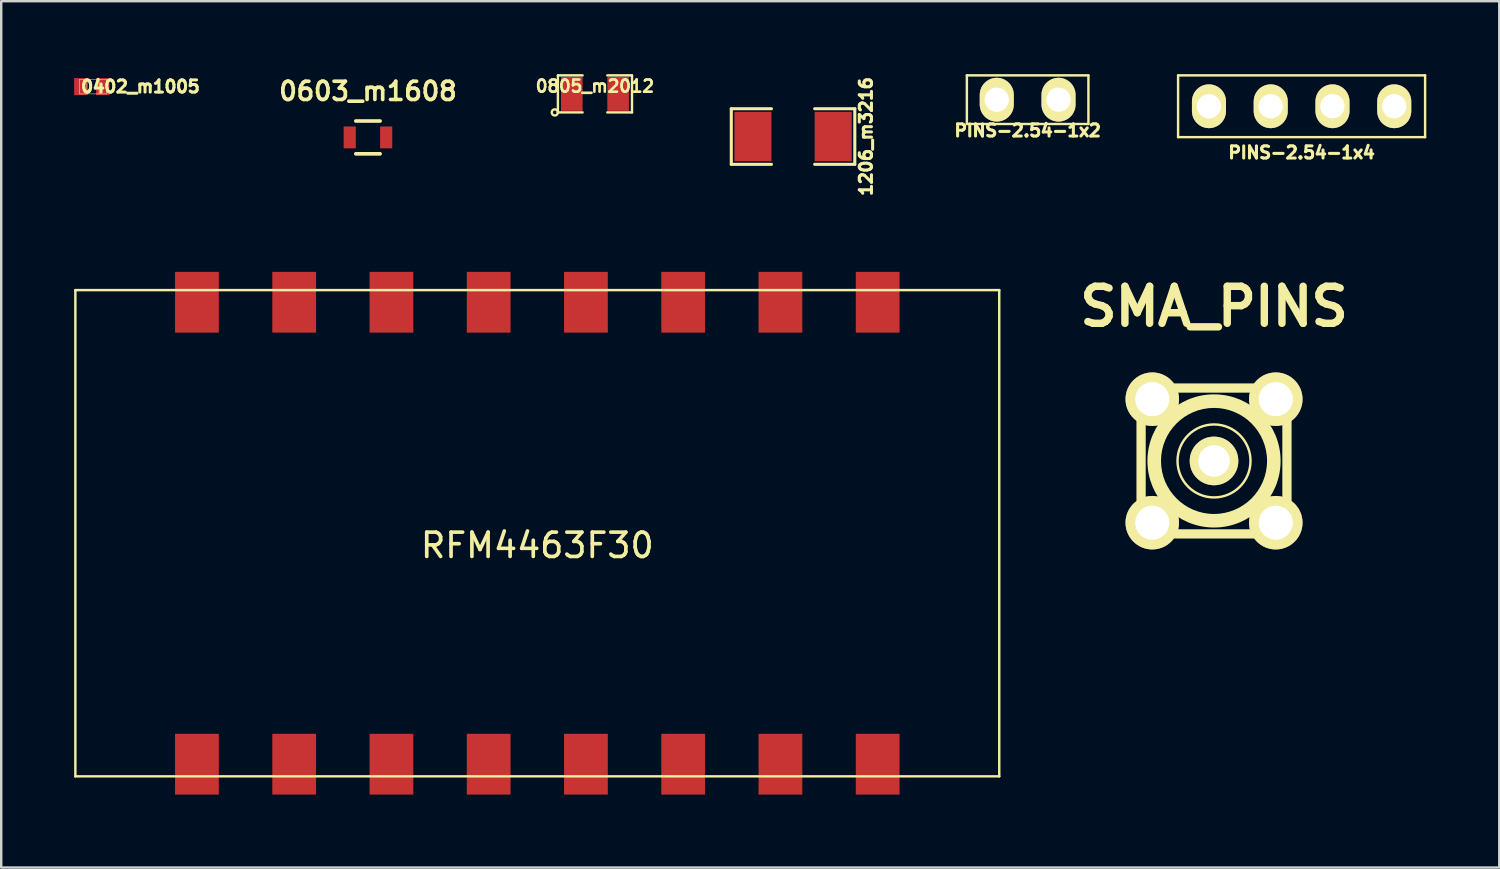
<source format=kicad_pcb>
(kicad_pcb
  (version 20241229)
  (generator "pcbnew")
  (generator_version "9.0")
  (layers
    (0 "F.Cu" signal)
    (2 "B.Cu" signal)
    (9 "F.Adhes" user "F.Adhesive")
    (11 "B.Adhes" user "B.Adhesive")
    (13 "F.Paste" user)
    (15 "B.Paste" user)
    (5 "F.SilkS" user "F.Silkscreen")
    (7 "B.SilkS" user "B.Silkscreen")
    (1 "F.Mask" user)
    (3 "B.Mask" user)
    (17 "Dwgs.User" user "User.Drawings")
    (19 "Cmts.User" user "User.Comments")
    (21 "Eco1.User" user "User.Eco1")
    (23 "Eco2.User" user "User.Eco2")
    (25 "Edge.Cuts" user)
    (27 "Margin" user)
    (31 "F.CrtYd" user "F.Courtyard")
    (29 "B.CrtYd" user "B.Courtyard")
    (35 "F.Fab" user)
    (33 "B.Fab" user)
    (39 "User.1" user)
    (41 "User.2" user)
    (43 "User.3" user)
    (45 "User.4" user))
  (footprint "SMA_PINS"
    (layer "F.Cu")
    (at 46.884 15.909)
    (property "Reference" "SMA_PINS" (at 0 -6.35 0) (layer "F.SilkS") (effects (font (size 1.524 1.524) (thickness 0.305))))
    (attr through_hole)
    (fp_line (start -3 -3) (end 3 -3) (stroke (width 0.381) (type solid)) (layer "F.SilkS"))
    (fp_line (start -3 3) (end -3 -3) (stroke (width 0.381) (type solid)) (layer "F.SilkS"))
    (fp_line (start 3 -3) (end 3 3) (stroke (width 0.381) (type solid)) (layer "F.SilkS"))
    (fp_line (start 3 3) (end -3 3) (stroke (width 0.381) (type solid)) (layer "F.SilkS"))
    (fp_circle (center 0 0) (end 0 -0.5) (stroke (width 0.099) (type solid)) (fill no) (layer "F.SilkS"))
    (fp_circle (center 0 0) (end 1.501 0) (stroke (width 0.099) (type solid)) (fill no) (layer "F.SilkS"))
    (fp_circle (center 0 0) (end 2.25 0.749) (stroke (width 0.381) (type solid)) (fill no) (layer "F.SilkS"))
    (fp_circle (center 0 0) (end 2.499 -0.5) (stroke (width 0.381) (type solid)) (fill no) (layer "F.SilkS"))
    (pad "1" thru_hole circle (at 0 0) (size 1.999 1.999) (drill 1.3) (layers "*.Cu" "*.Mask" "F.SilkS"))
    (pad "2" thru_hole circle (at -2.54 -2.54) (size 2.2 2.2) (drill 1.4) (layers "*.Cu" "*.Mask" "F.SilkS"))
    (pad "2" thru_hole circle (at -2.54 2.54) (size 2.2 2.2) (drill 1.4) (layers "*.Cu" "*.Mask" "F.SilkS"))
    (pad "2" thru_hole circle (at 2.54 -2.54) (size 2.2 2.2) (drill 1.4) (layers "*.Cu" "*.Mask" "F.SilkS"))
    (pad "2" thru_hole circle (at 2.54 2.54) (size 2.2 2.2) (drill 1.4) (layers "*.Cu" "*.Mask" "F.SilkS")))
  (footprint "RFM4463F30"
    (layer "F.Cu")
    (at 19.05 18.882)
    (property "Reference" "RFM4463F30" (at 0 0.5 0) (layer "F.SilkS") (effects (font (size 1 1) (thickness 0.15))))
    (attr through_hole)
    (fp_line (start -19 -10) (end -19 10) (stroke (width 0.1) (type solid)) (layer "F.SilkS"))
    (fp_line (start -19 10) (end 19 10) (stroke (width 0.1) (type solid)) (layer "F.SilkS"))
    (fp_line (start 19 -10) (end -19 -10) (stroke (width 0.1) (type solid)) (layer "F.SilkS"))
    (fp_line (start 19 10) (end 19 -10) (stroke (width 0.1) (type solid)) (layer "F.SilkS"))
    (pad "1" smd rect (at -14 -9.5) (size 1.8 2.5) (layers "F.Cu" "F.Mask" "F.Paste"))
    (pad "2" smd rect (at -10 -9.5) (size 1.8 2.5) (layers "F.Cu" "F.Mask" "F.Paste"))
    (pad "3" smd rect (at -6 -9.5) (size 1.8 2.5) (layers "F.Cu" "F.Mask" "F.Paste"))
    (pad "4" smd rect (at -2 -9.5) (size 1.8 2.5) (layers "F.Cu" "F.Mask" "F.Paste"))
    (pad "5" smd rect (at 2 -9.5) (size 1.8 2.5) (layers "F.Cu" "F.Mask" "F.Paste"))
    (pad "6" smd rect (at 6 -9.5) (size 1.8 2.5) (layers "F.Cu" "F.Mask" "F.Paste"))
    (pad "7" smd rect (at 10 -9.5) (size 1.8 2.5) (layers "F.Cu" "F.Mask" "F.Paste"))
    (pad "8" smd rect (at 14 -9.5) (size 1.8 2.5) (layers "F.Cu" "F.Mask" "F.Paste"))
    (pad "9" smd rect (at 14 9.5) (size 1.8 2.5) (layers "F.Cu" "F.Mask" "F.Paste"))
    (pad "10" smd rect (at 10 9.5) (size 1.8 2.5) (layers "F.Cu" "F.Mask" "F.Paste"))
    (pad "11" smd rect (at 6 9.5) (size 1.8 2.5) (layers "F.Cu" "F.Mask" "F.Paste"))
    (pad "12" smd rect (at 2 9.5) (size 1.8 2.5) (layers "F.Cu" "F.Mask" "F.Paste"))
    (pad "13" smd rect (at -2 9.5) (size 1.8 2.5) (layers "F.Cu" "F.Mask" "F.Paste"))
    (pad "14" smd rect (at -6 9.5) (size 1.8 2.5) (layers "F.Cu" "F.Mask" "F.Paste"))
    (pad "15" smd rect (at -10 9.5) (size 1.8 2.5) (layers "F.Cu" "F.Mask" "F.Paste"))
    (pad "16" smd rect (at -14 9.5) (size 1.8 2.5) (layers "F.Cu" "F.Mask" "F.Paste")))
  (footprint "PINS-2.54-1x2"
    (layer "F.Cu")
    (at 39.218 1.05)
    (property "Reference" "PINS-2.54-1x2" (at 0 1.27 0) (layer "F.SilkS") (effects (font (size 0.5 0.5) (thickness 0.125))))
    (attr through_hole)
    (fp_line (start -2.5 -1) (end 2.5 -1) (stroke (width 0.1) (type solid)) (layer "F.SilkS"))
    (fp_line (start -2.5 1) (end -2.5 -1) (stroke (width 0.1) (type solid)) (layer "F.SilkS"))
    (fp_line (start 2.5 1) (end -2.5 1) (stroke (width 0.1) (type solid)) (layer "F.SilkS"))
    (fp_line (start 2.5 1) (end 2.5 -1) (stroke (width 0.1) (type solid)) (layer "F.SilkS"))
    (pad "1" thru_hole oval (at -1.27 0) (size 1.4 1.8) (drill 1) (layers "*.Cu" "*.Mask" "F.SilkS"))
    (pad "2" thru_hole oval (at 1.27 0) (size 1.4 1.8) (drill 1) (layers "*.Cu" "*.Mask" "F.SilkS")))
  (footprint "1206_m3216"
    (layer "F.Cu")
    (at 29.569 2.566)
    (property "Reference" "1206_m3216" (at 3 0 90) (layer "F.SilkS") (effects (font (size 0.5 0.5) (thickness 0.125))))
    (attr smd)
    (fp_line (start -2.54 -1.143) (end -2.54 1.143) (stroke (width 0.127) (type solid)) (layer "F.SilkS"))
    (fp_line (start -2.54 1.143) (end -0.889 1.143) (stroke (width 0.127) (type solid)) (layer "F.SilkS"))
    (fp_line (start -0.889 -1.143) (end -2.54 -1.143) (stroke (width 0.127) (type solid)) (layer "F.SilkS"))
    (fp_line (start 0.889 -1.143) (end 2.54 -1.143) (stroke (width 0.127) (type solid)) (layer "F.SilkS"))
    (fp_line (start 2.54 -1.143) (end 2.54 1.143) (stroke (width 0.127) (type solid)) (layer "F.SilkS"))
    (fp_line (start 2.54 1.143) (end 0.889 1.143) (stroke (width 0.127) (type solid)) (layer "F.SilkS"))
    (pad "1" smd rect (at -1.651 0) (size 1.524 2.032) (layers "F.Cu" "F.Mask" "F.Paste"))
    (pad "2" smd rect (at 1.651 0) (size 1.524 2.032) (layers "F.Cu" "F.Mask" "F.Paste")))
  (footprint "0603_m1608"
    (layer "F.Cu")
    (at 12.084 2.602)
    (property "Reference" "0603_m1608" (at 0 -1.9 0) (layer "F.SilkS") (effects (font (size 0.75 0.75) (thickness 0.15))))
    (attr smd)
    (fp_line (start -0.5 -0.675) (end 0.5 -0.675) (stroke (width 0.15) (type solid)) (layer "F.SilkS"))
    (fp_line (start 0.5 0.675) (end -0.5 0.675) (stroke (width 0.15) (type solid)) (layer "F.SilkS"))
    (pad "1" smd rect (at -0.75 0) (size 0.5 0.9) (layers "F.Cu" "F.Mask" "F.Paste"))
    (pad "2" smd rect (at 0.75 0) (size 0.5 0.9) (layers "F.Cu" "F.Mask" "F.Paste")))
  (footprint "0805_m2012"
    (layer "F.Cu")
    (at 21.421 0.812)
    (property "Reference" "0805_m2012" (at 0 -0.318 0) (layer "F.SilkS") (effects (font (size 0.5 0.5) (thickness 0.109))))
    (attr smd)
    (fp_line (start -1.524 -0.762) (end -0.508 -0.762) (stroke (width 0.099) (type solid)) (layer "F.SilkS"))
    (fp_line (start -1.524 0.762) (end -1.524 -0.762) (stroke (width 0.099) (type solid)) (layer "F.SilkS"))
    (fp_line (start -0.508 0.762) (end -1.524 0.762) (stroke (width 0.099) (type solid)) (layer "F.SilkS"))
    (fp_line (start 0.508 -0.762) (end 1.524 -0.762) (stroke (width 0.099) (type solid)) (layer "F.SilkS"))
    (fp_line (start 1.524 -0.762) (end 1.524 0.762) (stroke (width 0.099) (type solid)) (layer "F.SilkS"))
    (fp_line (start 1.524 0.762) (end 0.508 0.762) (stroke (width 0.099) (type solid)) (layer "F.SilkS"))
    (fp_circle (center -1.651 0.762) (end -1.651 0.635) (stroke (width 0.099) (type solid)) (fill no) (layer "F.SilkS"))
    (pad "1" smd rect (at -0.953 0) (size 0.889 1.397) (layers "F.Cu" "F.Mask" "F.Paste"))
    (pad "2" smd rect (at 0.953 0) (size 0.889 1.397) (layers "F.Cu" "F.Mask" "F.Paste")))
  (footprint "PINS-2.54-1x4"
    (layer "F.Cu")
    (at 50.486 1.32)
    (property "Reference" "PINS-2.54-1x4" (at 0 1.905 0) (layer "F.SilkS") (effects (font (size 0.5 0.5) (thickness 0.125))))
    (attr through_hole)
    (fp_line (start -5.08 -1.27) (end 5.08 -1.27) (stroke (width 0.1) (type solid)) (layer "F.SilkS"))
    (fp_line (start -5.08 1.27) (end -5.08 -1.27) (stroke (width 0.1) (type solid)) (layer "F.SilkS"))
    (fp_line (start 5.08 -1.27) (end 5.08 1.27) (stroke (width 0.1) (type solid)) (layer "F.SilkS"))
    (fp_line (start 5.08 1.27) (end -5.08 1.27) (stroke (width 0.1) (type solid)) (layer "F.SilkS"))
    (pad "1" thru_hole oval (at -3.81 0) (size 1.4 1.8) (drill 1) (layers "*.Cu" "*.Mask" "F.SilkS"))
    (pad "2" thru_hole oval (at -1.27 0) (size 1.4 1.8) (drill 1) (layers "*.Cu" "*.Mask" "F.SilkS"))
    (pad "3" thru_hole oval (at 1.27 0) (size 1.4 1.8) (drill 1) (layers "*.Cu" "*.Mask" "F.SilkS"))
    (pad "4" thru_hole oval (at 3.81 0) (size 1.4 1.8) (drill 1) (layers "*.Cu" "*.Mask" "F.SilkS")))
  (footprint "0402_m1005"
    (layer "F.Cu")
    (at 0.725 0.512)
    (property "Reference" "0402_m1005" (at 2 0 0) (layer "F.SilkS") (effects (font (size 0.5 0.5) (thickness 0.125))))
    (attr through_hole)
    (fp_line (start -0.5 -0.3) (end 0.6 -0.3) (stroke (width 0.02) (type solid)) (layer "F.SilkS"))
    (fp_line (start -0.5 0.3) (end -0.5 -0.3) (stroke (width 0.02) (type solid)) (layer "F.SilkS"))
    (fp_line (start -0.2 -0.3) (end -0.2 0.3) (stroke (width 0.02) (type solid)) (layer "F.SilkS"))
    (fp_line (start 0.3 -0.3) (end 0.3 0.3) (stroke (width 0.02) (type solid)) (layer "F.SilkS"))
    (fp_line (start 0.6 -0.3) (end 0.6 0.3) (stroke (width 0.02) (type solid)) (layer "F.SilkS"))
    (fp_line (start 0.6 0.3) (end -0.5 0.3) (stroke (width 0.02) (type solid)) (layer "F.SilkS"))
    (pad "1" smd rect (at -0.45 0) (size 0.55 0.7) (layers "F.Cu" "F.Mask" "F.Paste"))
    (pad "2" smd rect (at 0.45 0) (size 0.55 0.7) (layers "F.Cu" "F.Mask" "F.Paste")))
  (gr_rect
    (start -3 -3)
    (end 58.616 32.632)
    (stroke (width 0.1) (type default))
    (fill no)
    (layer "Edge.Cuts")))
</source>
